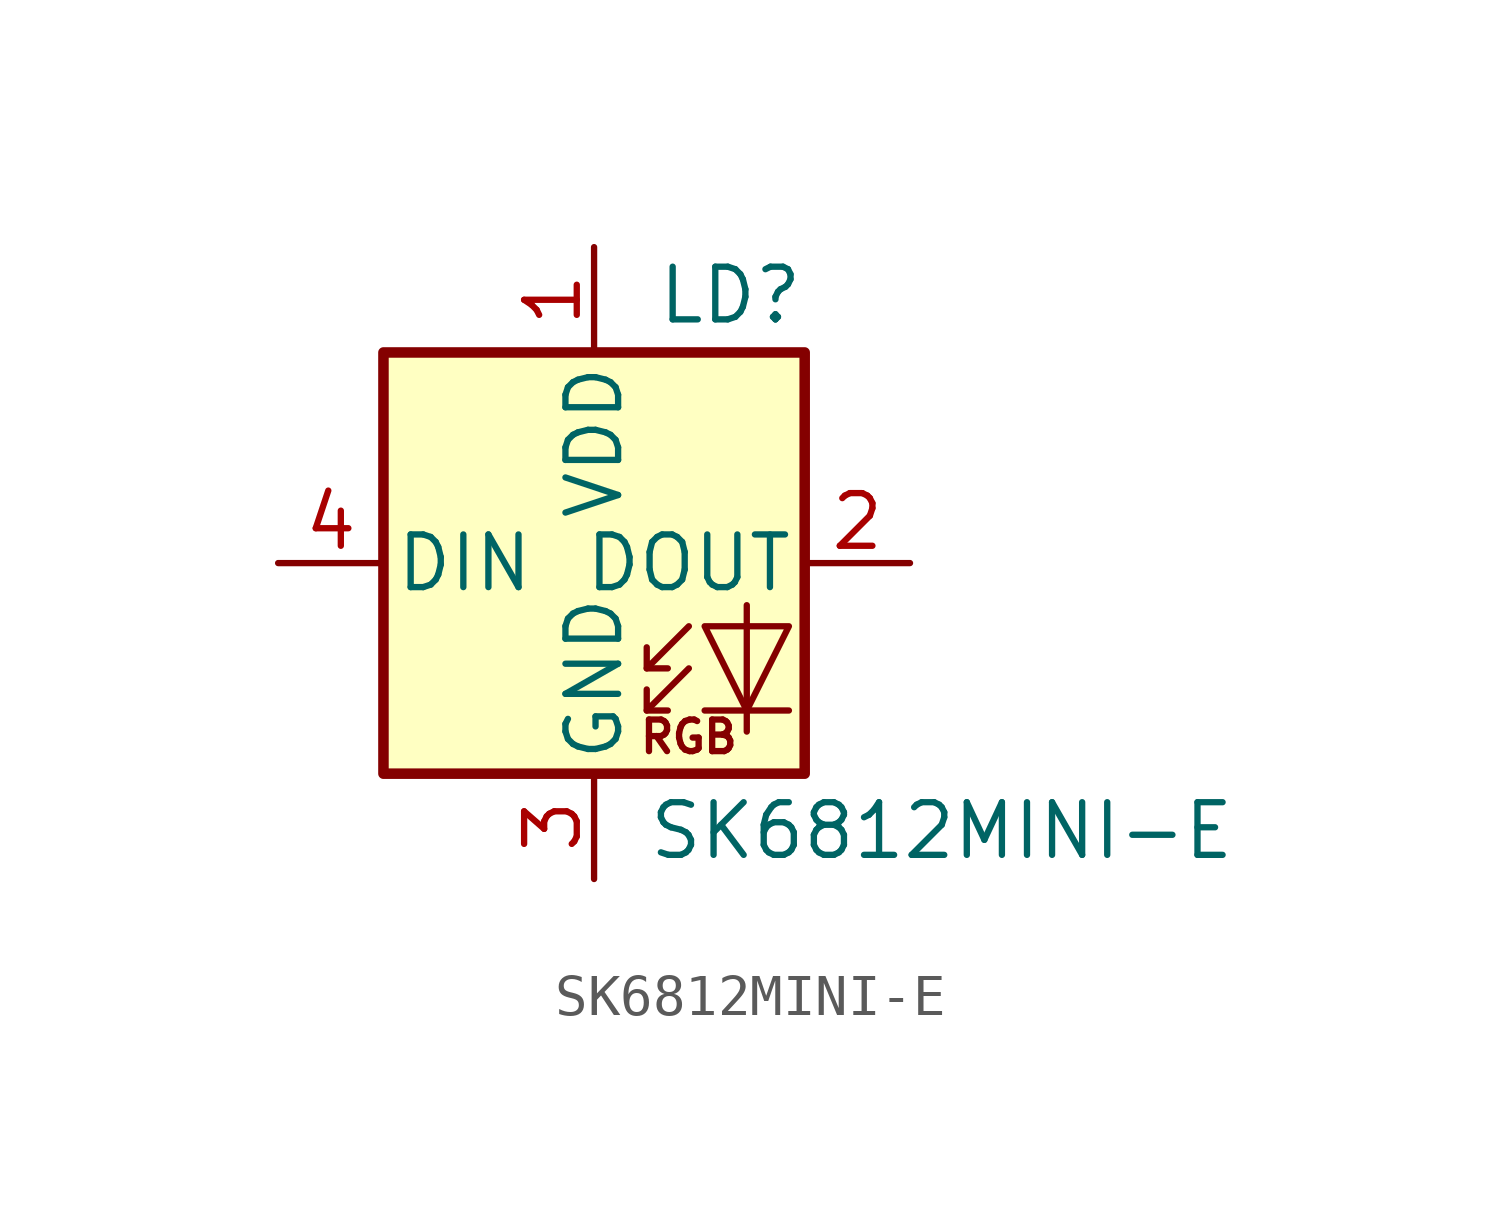
<source format=kicad_sym>
(kicad_symbol_lib
  (version 20220914)
  (generator kicad_symbol_editor)
  (symbol "SK6812MINI-E"
    (pin_names
      (offset 0.254))
    (property "Reference" "LD"
      (at 5.08 5.715 0)
      (effects (font (size 1.27 1.27)) (justify right bottom)))
    (property "Value" "SK6812MINI-E"
      (at 1.27 -5.715 0)
      (effects (font (size 1.27 1.27)) (justify left top)))
    (symbol "SK6812MINI-E_0_0"
      (text "RGB" (at 2.286 -4.191 0) (effects (font (size 0.762 0.762)))))
    (symbol "SK6812MINI-E_0_1"
      (rectangle (start -5.08 5.08) (end 5.08 -5.08) (stroke (width 0.254) (type default)) (fill (type background)))
      (polyline (pts (xy 1.27 -3.556) (xy 1.778 -3.556)) (stroke (width 0) (type default)) (fill (type none)))
      (polyline (pts (xy 1.27 -2.54) (xy 1.778 -2.54)) (stroke (width 0) (type default)) (fill (type none)))
      (polyline (pts (xy 4.699 -3.556) (xy 2.667 -3.556)) (stroke (width 0) (type default)) (fill (type none)))
      (polyline (pts (xy 2.286 -2.54) (xy 1.27 -3.556) (xy 1.27 -3.048)) (stroke (width 0) (type default)) (fill (type none)))
      (polyline (pts (xy 2.286 -1.524) (xy 1.27 -2.54) (xy 1.27 -2.032)) (stroke (width 0) (type default)) (fill (type none)))
      (polyline (pts (xy 3.683 -1.016) (xy 3.683 -3.556) (xy 3.683 -4.064)) (stroke (width 0) (type default)) (fill (type none)))
      (polyline (pts (xy 4.699 -1.524) (xy 2.667 -1.524) (xy 3.683 -3.556) (xy 4.699 -1.524)) (stroke (width 0) (type default)) (fill (type none))))
    (symbol "SK6812MINI-E_1_1"
      (pin power_in line (at 0 7.62 270) (length 2.54) (name "VDD" (effects (font (size 1.27 1.27)))) (number "1" (effects (font (size 1.27 1.27)))))
      (pin output line (at 7.62 0 180) (length 2.54) (name "DOUT" (effects (font (size 1.27 1.27)))) (number "2" (effects (font (size 1.27 1.27)))))
      (pin power_in line (at 0 -7.62 90) (length 2.54) (name "GND" (effects (font (size 1.27 1.27)))) (number "3" (effects (font (size 1.27 1.27)))))
      (pin input line (at -7.62 0 0) (length 2.54) (name "DIN" (effects (font (size 1.27 1.27)))) (number "4" (effects (font (size 1.27 1.27))))))))
</source>
